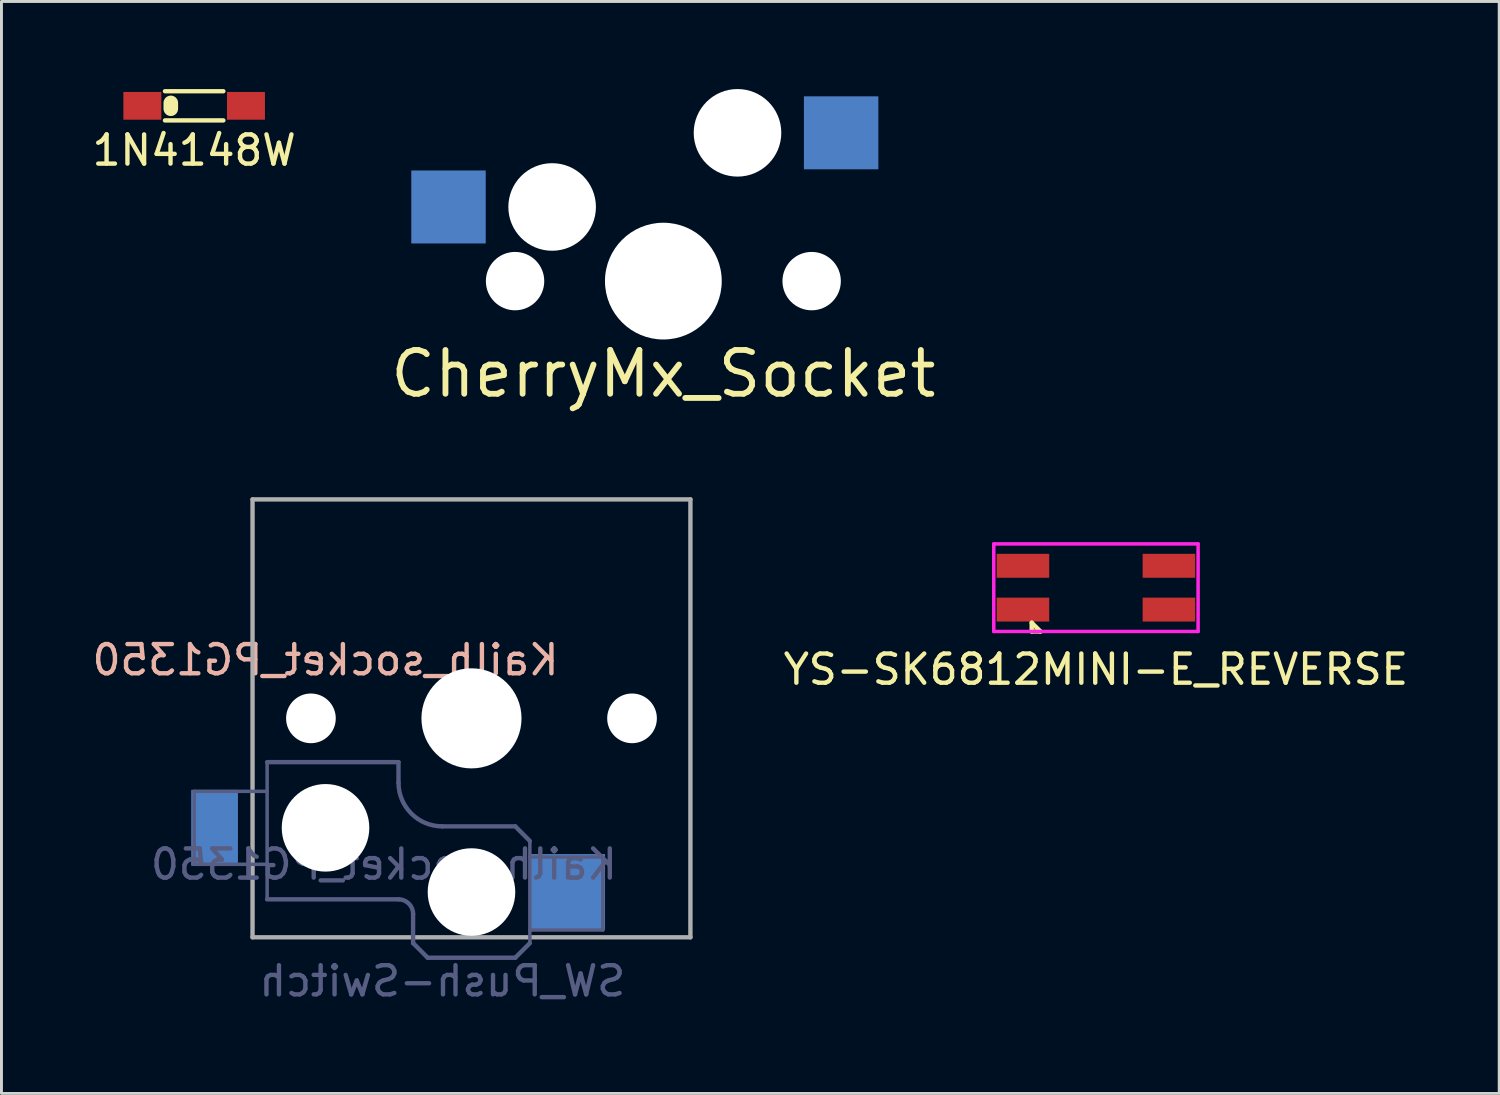
<source format=kicad_pcb>
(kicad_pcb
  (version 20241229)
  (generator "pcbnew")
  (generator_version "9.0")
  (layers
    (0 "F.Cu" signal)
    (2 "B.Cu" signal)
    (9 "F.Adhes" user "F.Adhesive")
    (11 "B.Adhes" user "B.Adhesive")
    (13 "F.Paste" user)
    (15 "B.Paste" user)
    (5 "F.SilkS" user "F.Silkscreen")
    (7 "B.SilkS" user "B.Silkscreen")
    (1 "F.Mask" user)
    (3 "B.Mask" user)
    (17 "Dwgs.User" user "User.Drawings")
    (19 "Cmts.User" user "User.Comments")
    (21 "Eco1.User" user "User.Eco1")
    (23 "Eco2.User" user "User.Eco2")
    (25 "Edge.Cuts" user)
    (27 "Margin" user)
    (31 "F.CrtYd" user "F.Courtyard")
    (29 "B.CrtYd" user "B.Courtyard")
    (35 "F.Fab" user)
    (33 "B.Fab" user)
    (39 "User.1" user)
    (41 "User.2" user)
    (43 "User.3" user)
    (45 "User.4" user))
  (footprint "1N4148W"
    (layer "F.Cu")
    (at 3.601 0.575)
    (property "Reference" "1N4148W" (at 0 1.524 0) (layer "F.SilkS") (effects (font (size 1 1) (thickness 0.15))))
    (attr through_hole)
    (fp_line (start -1 -0.5) (end 1 -0.5) (stroke (width 0.15) (type solid)) (layer "F.SilkS"))
    (fp_line (start -1 0.5) (end 1 0.5) (stroke (width 0.15) (type solid)) (layer "F.SilkS"))
    (fp_line (start -0.8 -0.1) (end -0.8 0.1) (stroke (width 0.5) (type solid)) (layer "F.SilkS"))
    (pad "1" smd rect (at -1.775 0) (size 1.3 0.95) (layers "F.Cu" "F.Mask" "F.Paste"))
    (pad "2" smd rect (at 1.775 0) (size 1.3 0.95) (layers "F.Cu" "F.Mask" "F.Paste")))
  (footprint "Kailh_socket_PG1350"
    (layer "F.Cu")
    (at 13.101 21.558)
    (property "Reference" "Kailh_socket_PG1350" (at -5 -2 180) (layer "B.SilkS") (effects (font (size 1 1) (thickness 0.15)) (justify mirror)))
    (property "Value" "SW_Push-Switch" (at 0 8.255 180) (layer "F.Fab") (hide yes) (effects (font (size 1 1) (thickness 0.15))))
    (attr smd)
    (fp_line (start -6.9 6.9) (end -6.9 -6.9) (stroke (width 0.15) (type solid)) (layer "Eco2.User"))
    (fp_line (start -6.9 6.9) (end 6.9 6.9) (stroke (width 0.15) (type solid)) (layer "Eco2.User"))
    (fp_line (start 6.9 -6.9) (end -6.9 -6.9) (stroke (width 0.15) (type solid)) (layer "Eco2.User"))
    (fp_line (start 6.9 -6.9) (end 6.9 6.9) (stroke (width 0.15) (type solid)) (layer "Eco2.User"))
    (fp_line (start -9.5 2.5) (end -7 2.5) (stroke (width 0.12) (type solid)) (layer "B.Fab"))
    (fp_line (start -9.5 5) (end -9.5 2.5) (stroke (width 0.12) (type solid)) (layer "B.Fab"))
    (fp_line (start -7 1.5) (end -7 6.2) (stroke (width 0.12) (type solid)) (layer "B.Fab"))
    (fp_line (start -7 5) (end -9.5 5) (stroke (width 0.12) (type solid)) (layer "B.Fab"))
    (fp_line (start -7 6.2) (end -2.5 6.2) (stroke (width 0.15) (type solid)) (layer "B.Fab"))
    (fp_line (start -2.5 1.5) (end -7 1.5) (stroke (width 0.15) (type solid)) (layer "B.Fab"))
    (fp_line (start -2.5 2.2) (end -2.5 1.5) (stroke (width 0.15) (type solid)) (layer "B.Fab"))
    (fp_line (start -2 6.7) (end -2 7.7) (stroke (width 0.15) (type solid)) (layer "B.Fab"))
    (fp_line (start -1.5 8.2) (end -2 7.7) (stroke (width 0.15) (type solid)) (layer "B.Fab"))
    (fp_line (start 1.5 3.7) (end -1 3.7) (stroke (width 0.15) (type solid)) (layer "B.Fab"))
    (fp_line (start 1.5 8.2) (end -1.5 8.2) (stroke (width 0.15) (type solid)) (layer "B.Fab"))
    (fp_line (start 2 4.2) (end 1.5 3.7) (stroke (width 0.15) (type solid)) (layer "B.Fab"))
    (fp_line (start 2 4.25) (end 2 7.7) (stroke (width 0.12) (type solid)) (layer "B.Fab"))
    (fp_line (start 2 4.75) (end 4.5 4.75) (stroke (width 0.12) (type solid)) (layer "B.Fab"))
    (fp_line (start 2 7.7) (end 1.5 8.2) (stroke (width 0.15) (type solid)) (layer "B.Fab"))
    (fp_line (start 4.5 4.75) (end 4.5 7.25) (stroke (width 0.12) (type solid)) (layer "B.Fab"))
    (fp_line (start 4.5 7.25) (end 2 7.25) (stroke (width 0.12) (type solid)) (layer "B.Fab"))
    (fp_arc (start -2.5 6.2) (mid -2.146447 6.346447) (end -2 6.7) (stroke (width 0.15) (type solid)) (layer "B.Fab"))
    (fp_arc (start -1 3.7) (mid -2.06066 3.26066) (end -2.5 2.2) (stroke (width 0.15) (type solid)) (layer "B.Fab"))
    (fp_line (start -7.5 -7.5) (end 7.5 -7.5) (stroke (width 0.15) (type solid)) (layer "F.Fab"))
    (fp_line (start -7.5 7.5) (end -7.5 -7.5) (stroke (width 0.15) (type solid)) (layer "F.Fab"))
    (fp_line (start 7.5 -7.5) (end 7.5 7.5) (stroke (width 0.15) (type solid)) (layer "F.Fab"))
    (fp_line (start 7.5 7.5) (end -7.5 7.5) (stroke (width 0.15) (type solid)) (layer "F.Fab"))
    (fp_text user "${VALUE}" (at -1 9 180) (layer "B.Fab") (effects (font (size 1 1) (thickness 0.15)) (justify mirror)))
    (fp_text user "${REFERENCE}" (at -3 5 180) (layer "B.Fab") (effects (font (size 1 1) (thickness 0.15)) (justify mirror)))
    (pad "" np_thru_hole circle (at -5.5 0 180) (size 1.702 1.702) (drill 1.702) (layers "*.Cu" "*.Mask"))
    (pad "" np_thru_hole circle (at -5 3.75 180) (size 3 3) (drill 3) (layers "*.Cu" "*.Mask"))
    (pad "" np_thru_hole circle (at 0 0 180) (size 3.429 3.429) (drill 3.429) (layers "*.Cu" "*.Mask"))
    (pad "" np_thru_hole circle (at 0 5.95 180) (size 3 3) (drill 3) (layers "*.Cu" "*.Mask"))
    (pad "" np_thru_hole circle (at 5.5 0 180) (size 1.702 1.702) (drill 1.702) (layers "*.Cu" "*.Mask"))
    (pad "1" smd rect (at 3.275 5.95 180) (size 2.6 2.6) (layers "B.Cu" "B.Mask" "B.Paste"))
    (pad "2" smd rect (at -8.275 3.75 180) (size 1.6 2.6) (drill (offset 0.525 0)) (layers "B.Cu" "B.Mask" "B.Paste")))
  (footprint "CherryMx_Socket"
    (layer "F.Cu")
    (at 19.674 6.58)
    (property "Reference" "CherryMx_Socket" (at 0 3.175 180) (layer "F.SilkS") (effects (font (size 1.5 1.5) (thickness 0.2))))
    (attr through_hole)
    (fp_arc (start -0.25 0) (mid 0 -0.25) (end 0.25 0) (stroke (width 0.1) (type solid)) (layer "B.SilkS"))
    (fp_arc (start 0.25 0) (mid 0 0.25) (end -0.25 0) (stroke (width 0.1) (type solid)) (layer "B.SilkS"))
    (pad "" np_thru_hole circle (at -5.08 0) (size 2 2) (drill 2) (layers "*.Cu" "*.Mask"))
    (pad "" np_thru_hole circle (at -3.81 -2.54) (size 3 3) (drill 3) (layers "*.Cu" "*.Mask"))
    (pad "" np_thru_hole circle (at 0 0) (size 4 4) (drill 4) (layers "*.Cu" "*.Mask"))
    (pad "" np_thru_hole circle (at 2.54 -5.08) (size 3 3) (drill 3) (layers "*.Cu" "*.Mask"))
    (pad "" np_thru_hole circle (at 5.08 0) (size 2 2) (drill 2) (layers "*.Cu" "*.Mask"))
    (pad "1" smd rect (at -7.36 -2.54) (size 2.55 2.5) (layers "B.Cu" "B.Mask" "B.Paste"))
    (pad "2" smd rect (at 6.09 -5.08) (size 2.55 2.5) (layers "B.Cu" "B.Mask" "B.Paste")))
  (footprint "YS-SK6812MINI-E_REVERSE"
    (layer "F.Cu")
    (at 34.492 17.082)
    (property "Reference" "YS-SK6812MINI-E_REVERSE" (at 0 2.8 0) (layer "F.SilkS") (effects (font (size 1 1) (thickness 0.15))))
    (attr through_hole)
    (fp_line (start -2.2 1.2) (end -1.9 1.5) (stroke (width 0.15) (type solid)) (layer "F.SilkS"))
    (fp_line (start -2.2 1.5) (end -2.2 1.2) (stroke (width 0.15) (type solid)) (layer "F.SilkS"))
    (fp_line (start -1.9 1.5) (end -2.2 1.5) (stroke (width 0.15) (type solid)) (layer "F.SilkS"))
    (fp_line (start -1.7 -1.5) (end -1.7 1.5) (stroke (width 0.12) (type solid)) (layer "Eco1.User"))
    (fp_line (start -1.7 1.5) (end 1.7 1.5) (stroke (width 0.12) (type solid)) (layer "Eco1.User"))
    (fp_line (start 1.7 -1.5) (end -1.7 -1.5) (stroke (width 0.12) (type solid)) (layer "Eco1.User"))
    (fp_line (start 1.7 1.5) (end 1.7 -1.5) (stroke (width 0.12) (type solid)) (layer "Eco1.User"))
    (fp_line (start -3.5 -1.5) (end -3.5 1.5) (stroke (width 0.12) (type solid)) (layer "F.CrtYd"))
    (fp_line (start -3.5 1.5) (end 3.5 1.5) (stroke (width 0.12) (type solid)) (layer "F.CrtYd"))
    (fp_line (start 3.5 -1.5) (end -3.5 -1.5) (stroke (width 0.12) (type solid)) (layer "F.CrtYd"))
    (fp_line (start 3.5 1.5) (end 3.5 -1.5) (stroke (width 0.12) (type solid)) (layer "F.CrtYd"))
    (fp_text user "Bottom Side" (at 0 -2.25 0) (layer "Eco1.User") (effects (font (size 1 1) (thickness 0.15))))
    (fp_text user "Up Side" (at 0 -2.25 0) (layer "Eco1.User") (effects (font (size 1 1) (thickness 0.15)) (justify mirror)))
    (pad "1" smd rect (at 2.5 -0.75) (size 1.8 0.82) (layers "F.Cu" "F.Mask" "F.Paste"))
    (pad "2" smd rect (at 2.5 0.75) (size 1.8 0.82) (layers "F.Cu" "F.Mask" "F.Paste"))
    (pad "3" smd rect (at -2.5 0.75) (size 1.8 0.82) (layers "F.Cu" "F.Mask" "F.Paste"))
    (pad "4" smd rect (at -2.5 -0.75) (size 1.8 0.82) (layers "F.Cu" "F.Mask" "F.Paste")))
  (gr_rect
    (start -3 -3)
    (end 48.307 34.407)
    (stroke (width 0.1) (type default))
    (fill no)
    (layer "Edge.Cuts")))
</source>
